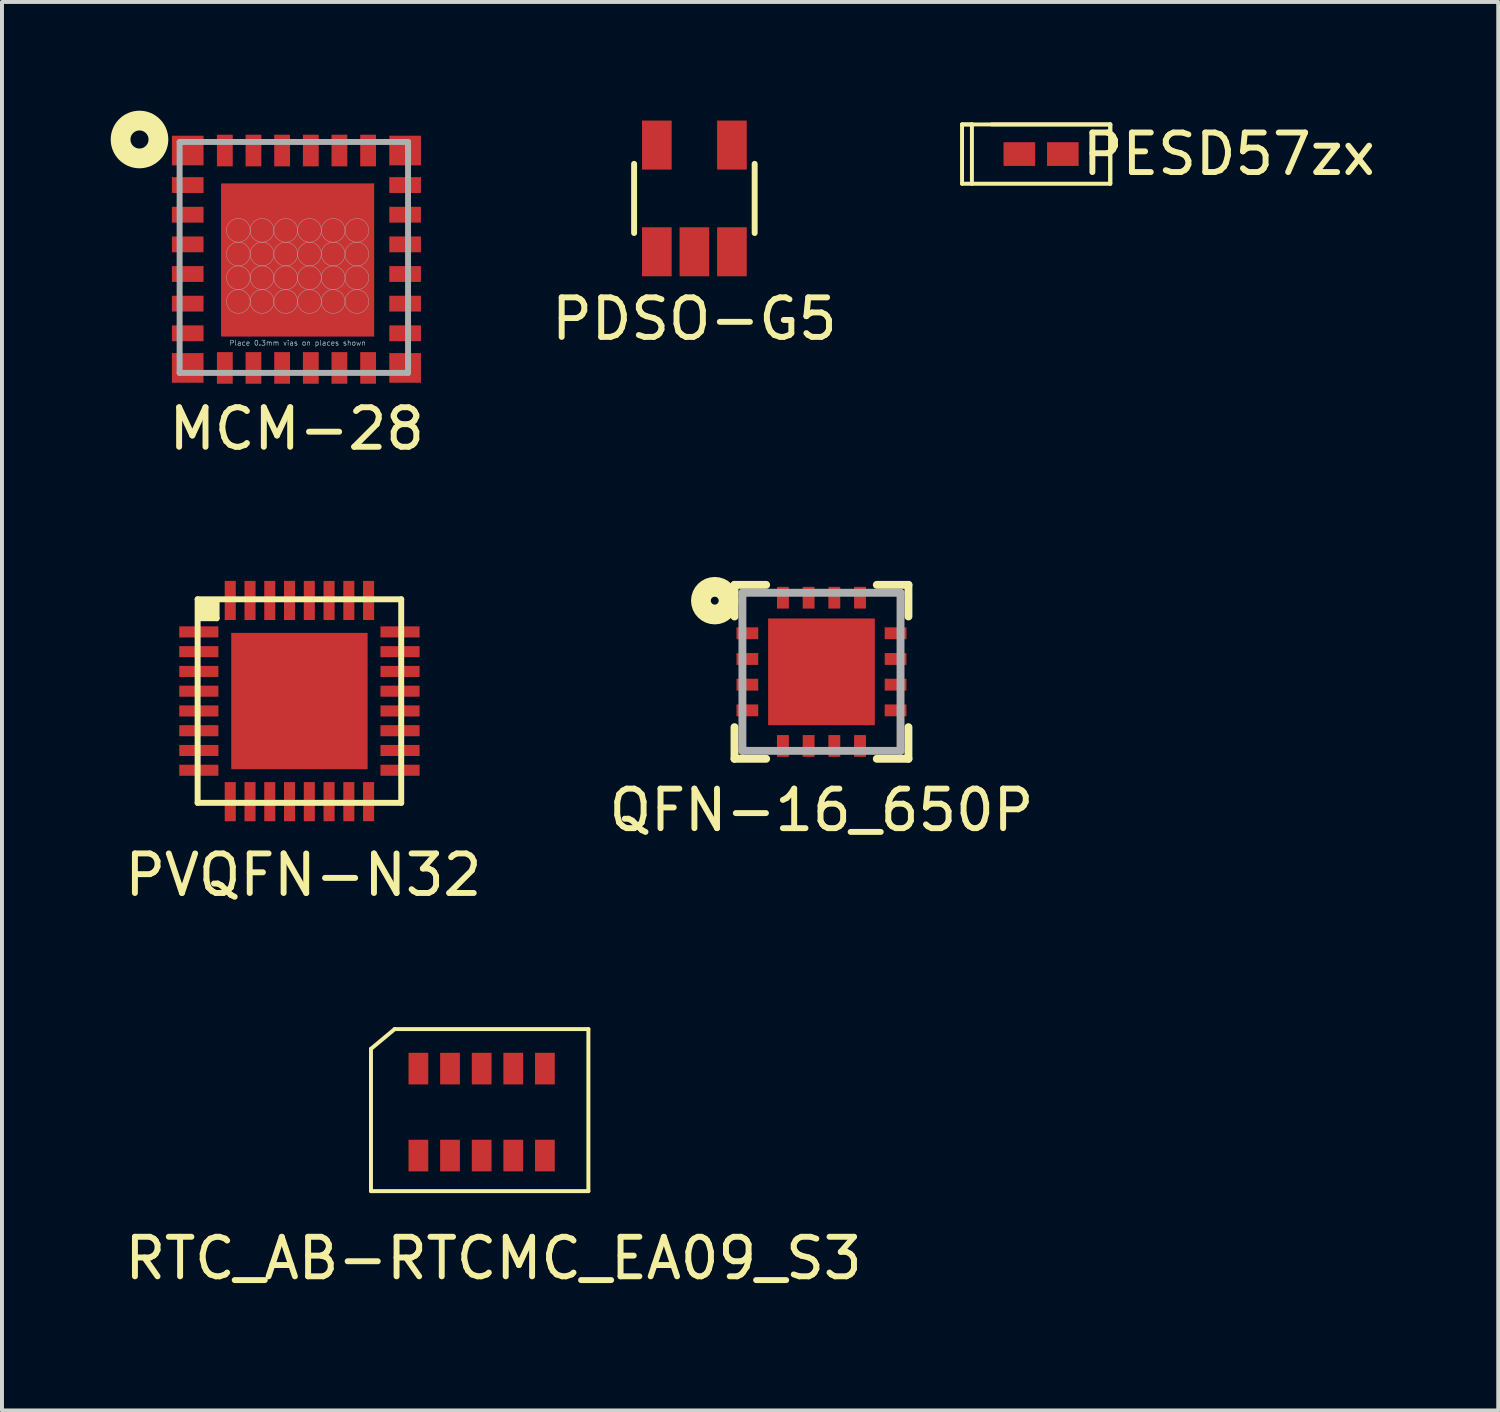
<source format=kicad_pcb>
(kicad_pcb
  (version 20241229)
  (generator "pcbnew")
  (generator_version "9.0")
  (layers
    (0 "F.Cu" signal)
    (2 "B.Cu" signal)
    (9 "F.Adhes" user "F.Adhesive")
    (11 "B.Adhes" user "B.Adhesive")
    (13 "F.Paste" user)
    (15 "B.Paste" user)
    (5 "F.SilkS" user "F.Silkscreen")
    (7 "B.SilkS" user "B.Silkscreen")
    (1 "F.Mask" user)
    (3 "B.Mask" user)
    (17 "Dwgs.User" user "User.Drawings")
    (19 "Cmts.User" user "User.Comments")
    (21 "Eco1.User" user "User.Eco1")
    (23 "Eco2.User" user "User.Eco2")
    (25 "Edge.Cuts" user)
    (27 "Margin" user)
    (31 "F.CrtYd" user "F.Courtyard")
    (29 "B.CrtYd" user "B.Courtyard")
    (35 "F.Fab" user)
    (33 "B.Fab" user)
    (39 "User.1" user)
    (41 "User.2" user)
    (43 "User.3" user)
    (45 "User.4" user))
  (footprint "PESD57zx"
    (layer "F.Cu")
    (at 23.288 0.848)
    (property "Reference" "PESD57zx" (at 4.75 0 0) (layer "F.SilkS") (effects (font (size 1 1) (thickness 0.15))))
    (attr through_hole)
    (fp_line (start -2 -0.75) (end -2 0.75) (stroke (width 0.1) (type solid)) (layer "F.SilkS"))
    (fp_line (start -2 -0.75) (end -1.75 -0.75) (stroke (width 0.1) (type solid)) (layer "F.SilkS"))
    (fp_line (start -2 0.75) (end -1.75 0.75) (stroke (width 0.1) (type solid)) (layer "F.SilkS"))
    (fp_line (start -1.75 -0.75) (end -2 -0.75) (stroke (width 0.1) (type solid)) (layer "F.SilkS"))
    (fp_line (start -1.75 -0.75) (end 1.75 -0.75) (stroke (width 0.1) (type solid)) (layer "F.SilkS"))
    (fp_line (start -1.75 0.75) (end -1.75 -0.75) (stroke (width 0.1) (type solid)) (layer "F.SilkS"))
    (fp_line (start -1.25 -0.75) (end 1.75 -0.75) (stroke (width 0.1) (type solid)) (layer "F.SilkS"))
    (fp_line (start 1.75 -0.75) (end 1.75 0.75) (stroke (width 0.1) (type solid)) (layer "F.SilkS"))
    (fp_line (start 1.75 -0.75) (end 1.75 0.75) (stroke (width 0.1) (type solid)) (layer "F.SilkS"))
    (fp_line (start 1.75 0.75) (end -1.75 0.75) (stroke (width 0.1) (type solid)) (layer "F.SilkS"))
    (pad "1" smd rect (at -0.55 0) (size 0.8 0.6) (layers "F.Cu" "F.Mask" "F.Paste"))
    (pad "2" smd rect (at 0.55 0) (size 0.8 0.6) (layers "F.Cu" "F.Mask" "F.Paste")))
  (footprint "PVQFN-N32"
    (layer "F.Cu")
    (at 4.525 14.686)
    (property "Reference" "PVQFN-N32" (at 0.1 4.4 0) (layer "F.SilkS") (effects (font (size 1 1) (thickness 0.15))))
    (attr through_hole)
    (fp_line (start -2.575 -2.575) (end -2.575 2.575) (stroke (width 0.15) (type solid)) (layer "F.SilkS"))
    (fp_line (start -2.575 -2.575) (end 2.575 -2.575) (stroke (width 0.15) (type solid)) (layer "F.SilkS"))
    (fp_line (start -2.575 2.575) (end 2.575 2.575) (stroke (width 0.15) (type solid)) (layer "F.SilkS"))
    (fp_line (start -2.477 -2.54) (end -2.477 -2.159) (stroke (width 0.15) (type solid)) (layer "F.SilkS"))
    (fp_line (start -2.477 -2.159) (end -2.223 -2.159) (stroke (width 0.15) (type solid)) (layer "F.SilkS"))
    (fp_line (start -2.349 -2.477) (end -2.349 -2.223) (stroke (width 0.15) (type solid)) (layer "F.SilkS"))
    (fp_line (start -2.223 -2.477) (end -2.349 -2.477) (stroke (width 0.15) (type solid)) (layer "F.SilkS"))
    (fp_line (start -2.223 -2.159) (end -2.223 -2.477) (stroke (width 0.15) (type solid)) (layer "F.SilkS"))
    (fp_line (start -2.095 -2.54) (end -2.095 -2.095) (stroke (width 0.15) (type solid)) (layer "F.SilkS"))
    (fp_line (start -2.095 -2.095) (end -2.54 -2.095) (stroke (width 0.15) (type solid)) (layer "F.SilkS"))
    (fp_line (start 2.575 -2.575) (end 2.575 2.575) (stroke (width 0.15) (type solid)) (layer "F.SilkS"))
    (pad "1" smd rect (at -2.545 -1.75) (size 0.99 0.28) (layers "F.Cu" "F.Mask" "F.Paste"))
    (pad "2" smd rect (at -2.545 -1.25) (size 0.99 0.28) (layers "F.Cu" "F.Mask" "F.Paste"))
    (pad "3" smd rect (at -2.545 -0.75) (size 0.99 0.28) (layers "F.Cu" "F.Mask" "F.Paste"))
    (pad "4" smd rect (at -2.545 -0.25) (size 0.99 0.28) (layers "F.Cu" "F.Mask" "F.Paste"))
    (pad "5" smd rect (at -2.545 0.25) (size 0.99 0.28) (layers "F.Cu" "F.Mask" "F.Paste"))
    (pad "6" smd rect (at -2.545 0.75) (size 0.99 0.28) (layers "F.Cu" "F.Mask" "F.Paste"))
    (pad "7" smd rect (at -2.545 1.25) (size 0.99 0.28) (layers "F.Cu" "F.Mask" "F.Paste"))
    (pad "8" smd rect (at -2.545 1.75) (size 0.99 0.28) (layers "F.Cu" "F.Mask" "F.Paste"))
    (pad "9" smd rect (at -1.75 2.545) (size 0.28 0.99) (layers "F.Cu" "F.Mask" "F.Paste"))
    (pad "10" smd rect (at -1.25 2.545) (size 0.28 0.99) (layers "F.Cu" "F.Mask" "F.Paste"))
    (pad "11" smd rect (at -0.75 2.545) (size 0.28 0.99) (layers "F.Cu" "F.Mask" "F.Paste"))
    (pad "12" smd rect (at -0.25 2.545) (size 0.28 0.99) (layers "F.Cu" "F.Mask" "F.Paste"))
    (pad "13" smd rect (at 0.25 2.545) (size 0.28 0.99) (layers "F.Cu" "F.Mask" "F.Paste"))
    (pad "14" smd rect (at 0.75 2.545) (size 0.28 0.99) (layers "F.Cu" "F.Mask" "F.Paste"))
    (pad "15" smd rect (at 1.25 2.545) (size 0.28 0.99) (layers "F.Cu" "F.Mask" "F.Paste"))
    (pad "16" smd rect (at 1.75 2.545) (size 0.28 0.99) (layers "F.Cu" "F.Mask" "F.Paste"))
    (pad "17" smd rect (at 2.545 1.75) (size 0.99 0.28) (layers "F.Cu" "F.Mask" "F.Paste"))
    (pad "18" smd rect (at 2.545 1.25) (size 0.99 0.28) (layers "F.Cu" "F.Mask" "F.Paste"))
    (pad "19" smd rect (at 2.545 0.75) (size 0.99 0.28) (layers "F.Cu" "F.Mask" "F.Paste"))
    (pad "20" smd rect (at 2.545 0.25) (size 0.99 0.28) (layers "F.Cu" "F.Mask" "F.Paste"))
    (pad "21" smd rect (at 2.545 -0.25) (size 0.99 0.28) (layers "F.Cu" "F.Mask" "F.Paste"))
    (pad "22" smd rect (at 2.545 -0.75) (size 0.99 0.28) (layers "F.Cu" "F.Mask" "F.Paste"))
    (pad "23" smd rect (at 2.545 -1.25) (size 0.99 0.28) (layers "F.Cu" "F.Mask" "F.Paste"))
    (pad "24" smd rect (at 2.545 -1.75) (size 0.99 0.28) (layers "F.Cu" "F.Mask" "F.Paste"))
    (pad "25" smd rect (at 1.75 -2.545) (size 0.28 0.99) (layers "F.Cu" "F.Mask" "F.Paste"))
    (pad "26" smd rect (at 1.25 -2.545) (size 0.28 0.99) (layers "F.Cu" "F.Mask" "F.Paste"))
    (pad "27" smd rect (at 0.75 -2.545) (size 0.28 0.99) (layers "F.Cu" "F.Mask" "F.Paste"))
    (pad "28" smd rect (at 0.25 -2.545) (size 0.28 0.99) (layers "F.Cu" "F.Mask" "F.Paste"))
    (pad "29" smd rect (at -0.25 -2.545) (size 0.28 0.99) (layers "F.Cu" "F.Mask" "F.Paste"))
    (pad "30" smd rect (at -0.75 -2.545) (size 0.28 0.99) (layers "F.Cu" "F.Mask" "F.Paste"))
    (pad "31" smd rect (at -1.25 -2.545) (size 0.28 0.99) (layers "F.Cu" "F.Mask" "F.Paste"))
    (pad "32" smd rect (at -1.75 -2.545) (size 0.28 0.99) (layers "F.Cu" "F.Mask" "F.Paste"))
    (pad "33" smd rect (at 0 0) (size 3.45 3.45) (layers "F.Cu"))
    (pad "33-p" smd rect (at -0.875 -0.875) (size 1.524 1.524) (layers "F.Cu" "F.Paste"))
    (pad "33-p" smd rect (at -0.875 0.875) (size 1.524 1.524) (layers "F.Cu" "F.Paste"))
    (pad "33-p" smd rect (at 0.875 -0.875) (size 1.524 1.524) (layers "F.Cu" "F.Paste"))
    (pad "33-p" smd rect (at 0.875 0.875) (size 1.524 1.524) (layers "F.Cu" "F.Paste")))
  (footprint "MCM-28"
    (layer "F.Cu")
    (at 4.479 3.527)
    (property "Reference" "MCM-28" (at -0.021 4.271 180) (layer "F.SilkS") (effects (font (size 1 1) (thickness 0.15))))
    (attr through_hole)
    (fp_circle (center -4 -3.048) (end -3.81 -2.921) (stroke (width 0.5) (type solid)) (fill no) (layer "F.SilkS"))
    (fp_line (start -2.985 -2.985) (end -2.985 2.857) (stroke (width 0.15) (type solid)) (layer "F.Fab"))
    (fp_line (start -2.985 -2.985) (end 2.794 -2.985) (stroke (width 0.15) (type solid)) (layer "F.Fab"))
    (fp_line (start -2.985 2.857) (end 2.794 2.857) (stroke (width 0.15) (type solid)) (layer "F.Fab"))
    (fp_line (start 2.794 -2.985) (end 2.794 -2.794) (stroke (width 0.15) (type solid)) (layer "F.Fab"))
    (fp_line (start 2.794 2.857) (end 2.794 -2.857) (stroke (width 0.15) (type solid)) (layer "F.Fab"))
    (fp_circle (center -1.5 -0.75) (end -1.5 -0.45) (stroke (width 0.01) (type solid)) (fill no) (layer "F.Fab"))
    (fp_circle (center -1.5 -0.15) (end -1.5 0.15) (stroke (width 0.01) (type solid)) (fill no) (layer "F.Fab"))
    (fp_circle (center -1.5 0.45) (end -1.5 0.75) (stroke (width 0.01) (type solid)) (fill no) (layer "F.Fab"))
    (fp_circle (center -1.5 1.05) (end -1.5 1.35) (stroke (width 0.01) (type solid)) (fill no) (layer "F.Fab"))
    (fp_circle (center -0.9 -0.75) (end -0.9 -0.45) (stroke (width 0.01) (type solid)) (fill no) (layer "F.Fab"))
    (fp_circle (center -0.9 -0.15) (end -0.9 0.15) (stroke (width 0.01) (type solid)) (fill no) (layer "F.Fab"))
    (fp_circle (center -0.9 0.45) (end -0.9 0.75) (stroke (width 0.01) (type solid)) (fill no) (layer "F.Fab"))
    (fp_circle (center -0.9 1.05) (end -0.9 1.35) (stroke (width 0.01) (type solid)) (fill no) (layer "F.Fab"))
    (fp_circle (center -0.3 -0.75) (end -0.3 -0.45) (stroke (width 0.01) (type solid)) (fill no) (layer "F.Fab"))
    (fp_circle (center -0.3 -0.15) (end -0.3 0.15) (stroke (width 0.01) (type solid)) (fill no) (layer "F.Fab"))
    (fp_circle (center -0.3 0.45) (end -0.3 0.75) (stroke (width 0.01) (type solid)) (fill no) (layer "F.Fab"))
    (fp_circle (center -0.3 1.05) (end -0.3 1.35) (stroke (width 0.01) (type solid)) (fill no) (layer "F.Fab"))
    (fp_circle (center 0.3 -0.75) (end 0.3 -0.45) (stroke (width 0.01) (type solid)) (fill no) (layer "F.Fab"))
    (fp_circle (center 0.3 -0.15) (end 0.3 0.15) (stroke (width 0.01) (type solid)) (fill no) (layer "F.Fab"))
    (fp_circle (center 0.3 0.45) (end 0.3 0.75) (stroke (width 0.01) (type solid)) (fill no) (layer "F.Fab"))
    (fp_circle (center 0.3 1.05) (end 0.3 1.35) (stroke (width 0.01) (type solid)) (fill no) (layer "F.Fab"))
    (fp_circle (center 0.9 -0.75) (end 0.9 -0.45) (stroke (width 0.01) (type solid)) (fill no) (layer "F.Fab"))
    (fp_circle (center 0.9 -0.15) (end 0.9 0.15) (stroke (width 0.01) (type solid)) (fill no) (layer "F.Fab"))
    (fp_circle (center 0.9 0.45) (end 0.9 0.75) (stroke (width 0.01) (type solid)) (fill no) (layer "F.Fab"))
    (fp_circle (center 0.9 1.05) (end 0.9 1.35) (stroke (width 0.01) (type solid)) (fill no) (layer "F.Fab"))
    (fp_circle (center 1.5 -0.75) (end 1.5 -0.45) (stroke (width 0.01) (type solid)) (fill no) (layer "F.Fab"))
    (fp_circle (center 1.5 -0.15) (end 1.5 0.15) (stroke (width 0.01) (type solid)) (fill no) (layer "F.Fab"))
    (fp_circle (center 1.5 0.45) (end 1.5 0.75) (stroke (width 0.01) (type solid)) (fill no) (layer "F.Fab"))
    (fp_circle (center 1.5 1.05) (end 1.5 1.35) (stroke (width 0.01) (type solid)) (fill no) (layer "F.Fab"))
    (fp_text user "Place 0.3mm vias on places shown" (at 0 2.1 0) (layer "F.Fab") (effects (font (size 0.127 0.127) (thickness 0.015))))
    (pad "" smd rect (at -1.501 -1.501) (size 0.86 0.86) (layers "F.Paste"))
    (pad "" smd rect (at -1.501 -0.5) (size 0.86 0.86) (layers "F.Paste"))
    (pad "" smd rect (at -1.501 0.5) (size 0.86 0.86) (layers "F.Paste"))
    (pad "" smd rect (at -1.501 1.501) (size 0.86 0.86) (layers "F.Paste"))
    (pad "" smd rect (at -0.5 -1.501) (size 0.86 0.86) (layers "F.Paste"))
    (pad "" smd rect (at -0.5 -0.5) (size 0.86 0.86) (layers "F.Paste"))
    (pad "" smd rect (at -0.5 0.5) (size 0.86 0.86) (layers "F.Paste"))
    (pad "" smd rect (at -0.5 1.501) (size 0.86 0.86) (layers "F.Paste"))
    (pad "" smd rect (at 0.5 -1.501) (size 0.86 0.86) (layers "F.Paste"))
    (pad "" smd rect (at 0.5 1.501) (size 0.86 0.86) (layers "F.Paste"))
    (pad "" smd rect (at 0.5 -0.5) (size 0.86 0.86) (layers "F.Paste"))
    (pad "" smd rect (at 0.5 0.5) (size 0.86 0.86) (layers "F.Paste"))
    (pad "" smd rect (at 1.5 -1.501) (size 0.86 0.86) (layers "F.Paste"))
    (pad "" smd rect (at 1.5 1.501) (size 0.86 0.86) (layers "F.Paste"))
    (pad "" smd rect (at 1.501 -0.5) (size 0.86 0.86) (layers "F.Paste"))
    (pad "" smd rect (at 1.501 0.5) (size 0.86 0.86) (layers "F.Paste"))
    (pad "1" smd rect (at -2.78 -2.769) (size 0.8 0.75) (layers "F.Cu" "F.Mask" "F.Paste"))
    (pad "2" smd rect (at -2.78 -1.895 90) (size 0.4 0.8) (layers "F.Cu" "F.Mask" "F.Paste"))
    (pad "3" smd rect (at -2.78 -1.145 90) (size 0.4 0.8) (layers "F.Cu" "F.Mask" "F.Paste"))
    (pad "4" smd rect (at -2.78 -0.395 90) (size 0.4 0.8) (layers "F.Cu" "F.Mask" "F.Paste"))
    (pad "5" smd rect (at -2.78 0.355 90) (size 0.4 0.8) (layers "F.Cu" "F.Mask" "F.Paste"))
    (pad "6" smd rect (at -2.78 1.105 90) (size 0.4 0.8) (layers "F.Cu" "F.Mask" "F.Paste"))
    (pad "7" smd rect (at -2.78 1.855 90) (size 0.4 0.8) (layers "F.Cu" "F.Mask" "F.Paste"))
    (pad "8" smd rect (at -2.78 2.731) (size 0.8 0.75) (layers "F.Cu" "F.Mask" "F.Paste"))
    (pad "9" smd rect (at -1.841 2.731) (size 0.4 0.8) (layers "F.Cu" "F.Mask" "F.Paste"))
    (pad "10" smd rect (at -1.117 2.731) (size 0.4 0.8) (layers "F.Cu" "F.Mask" "F.Paste"))
    (pad "11" smd rect (at -0.392 2.731) (size 0.4 0.8) (layers "F.Cu" "F.Mask" "F.Paste"))
    (pad "12" smd rect (at 0.334 2.731) (size 0.4 0.8) (layers "F.Cu" "F.Mask" "F.Paste"))
    (pad "13" smd rect (at 1.058 2.731) (size 0.4 0.8) (layers "F.Cu" "F.Mask" "F.Paste"))
    (pad "14" smd rect (at 1.784 2.731) (size 0.4 0.8) (layers "F.Cu" "F.Mask" "F.Paste"))
    (pad "15" smd rect (at 2.72 2.731) (size 0.8 0.75) (layers "F.Cu" "F.Mask" "F.Paste"))
    (pad "16" smd rect (at 2.72 1.855 90) (size 0.4 0.8) (layers "F.Cu" "F.Mask" "F.Paste"))
    (pad "17" smd rect (at 2.72 1.105 90) (size 0.4 0.8) (layers "F.Cu" "F.Mask" "F.Paste"))
    (pad "18" smd rect (at 2.72 0.355 90) (size 0.4 0.8) (layers "F.Cu" "F.Mask" "F.Paste"))
    (pad "19" smd rect (at 2.72 -0.395 90) (size 0.4 0.8) (layers "F.Cu" "F.Mask" "F.Paste"))
    (pad "20" smd rect (at 2.72 -1.145 90) (size 0.4 0.8) (layers "F.Cu" "F.Mask" "F.Paste"))
    (pad "21" smd rect (at 2.72 -1.895 90) (size 0.4 0.8) (layers "F.Cu" "F.Mask" "F.Paste"))
    (pad "22" smd rect (at 2.72 -2.769) (size 0.8 0.75) (layers "F.Cu" "F.Mask" "F.Paste"))
    (pad "23" smd rect (at 1.784 -2.769) (size 0.4 0.8) (layers "F.Cu" "F.Mask" "F.Paste"))
    (pad "24" smd rect (at 1.058 -2.769) (size 0.4 0.8) (layers "F.Cu" "F.Mask" "F.Paste"))
    (pad "25" smd rect (at 0.334 -2.769) (size 0.4 0.8) (layers "F.Cu" "F.Mask" "F.Paste"))
    (pad "26" smd rect (at -0.392 -2.769) (size 0.4 0.8) (layers "F.Cu" "F.Mask" "F.Paste"))
    (pad "27" smd rect (at -1.117 -2.769) (size 0.4 0.8) (layers "F.Cu" "F.Mask" "F.Paste"))
    (pad "28" smd rect (at -1.841 -2.769) (size 0.4 0.8) (layers "F.Cu" "F.Mask" "F.Paste"))
    (pad "29" smd rect (at 0 0) (size 3.875 3.875) (layers "F.Cu" "F.Mask")))
  (footprint "PDSO-G5"
    (layer "F.Cu")
    (at 14.517 1.97)
    (property "Reference" "PDSO-G5" (at 0 3.048 0) (layer "F.SilkS") (effects (font (size 1 1) (thickness 0.15))))
    (attr through_hole)
    (fp_line (start -1.525 -0.875) (end -1.525 0.875) (stroke (width 0.15) (type solid)) (layer "F.SilkS"))
    (fp_line (start 1.525 -0.875) (end 1.525 0.875) (stroke (width 0.15) (type solid)) (layer "F.SilkS"))
    (pad "1" smd rect (at -0.95 1.35) (size 0.75 1.24) (layers "F.Cu" "F.Mask" "F.Paste"))
    (pad "2" smd rect (at 0 1.35) (size 0.75 1.24) (layers "F.Cu" "F.Mask" "F.Paste"))
    (pad "3" smd rect (at 0.95 1.35) (size 0.75 1.24) (layers "F.Cu" "F.Mask" "F.Paste"))
    (pad "4" smd rect (at 0.95 -1.35) (size 0.75 1.24) (layers "F.Cu" "F.Mask" "F.Paste"))
    (pad "5" smd rect (at -0.95 -1.35) (size 0.75 1.24) (layers "F.Cu" "F.Mask" "F.Paste")))
  (footprint "QFN-16_650P"
    (layer "F.Cu")
    (at 17.732 13.946)
    (property "Reference" "QFN-16_650P" (at 0 3.5 0) (layer "F.SilkS") (effects (font (size 1 1) (thickness 0.15))))
    (attr through_hole)
    (fp_line (start -2.2 -2.2) (end -2.2 -1.4) (stroke (width 0.2) (type solid)) (layer "F.SilkS"))
    (fp_line (start -2.2 2.2) (end -2.2 1.4) (stroke (width 0.2) (type solid)) (layer "F.SilkS"))
    (fp_line (start -1.4 -2.2) (end -2.2 -2.2) (stroke (width 0.2) (type solid)) (layer "F.SilkS"))
    (fp_line (start -1.4 2.2) (end -2.2 2.2) (stroke (width 0.2) (type solid)) (layer "F.SilkS"))
    (fp_line (start 1.4 -2.2) (end 2.2 -2.2) (stroke (width 0.2) (type solid)) (layer "F.SilkS"))
    (fp_line (start 1.4 2.2) (end 2.2 2.2) (stroke (width 0.2) (type solid)) (layer "F.SilkS"))
    (fp_line (start 2.2 -2.2) (end 2.2 -1.4) (stroke (width 0.2) (type solid)) (layer "F.SilkS"))
    (fp_line (start 2.2 2.2) (end 2.2 1.4) (stroke (width 0.2) (type solid)) (layer "F.SilkS"))
    (fp_circle (center -2.7 -1.8) (end -2.8 -1.8) (stroke (width 0.5) (type solid)) (fill no) (layer "F.SilkS"))
    (fp_line (start -2 -2) (end 2 -2) (stroke (width 0.2) (type solid)) (layer "F.Fab"))
    (fp_line (start -2 2) (end -2 -2) (stroke (width 0.2) (type solid)) (layer "F.Fab"))
    (fp_line (start 2 -2) (end 2 2) (stroke (width 0.2) (type solid)) (layer "F.Fab"))
    (fp_line (start 2 2) (end -2 2) (stroke (width 0.2) (type solid)) (layer "F.Fab"))
    (pad "" smd rect (at -0.65 -0.65) (size 1.1 1.1) (layers "F.Paste"))
    (pad "" smd rect (at -0.65 0.65) (size 1.1 1.1) (layers "F.Paste"))
    (pad "" smd rect (at 0.65 -0.65) (size 1.1 1.1) (layers "F.Paste"))
    (pad "" smd rect (at 0.65 0.65) (size 1.1 1.1) (layers "F.Paste"))
    (pad "1" smd rect (at -1.875 -0.975) (size 0.55 0.3) (layers "F.Cu" "F.Mask" "F.Paste"))
    (pad "2" smd rect (at -1.875 -0.325) (size 0.55 0.3) (layers "F.Cu" "F.Mask" "F.Paste"))
    (pad "3" smd rect (at -1.875 0.325) (size 0.55 0.3) (layers "F.Cu" "F.Mask" "F.Paste"))
    (pad "4" smd rect (at -1.875 0.975) (size 0.55 0.3) (layers "F.Cu" "F.Mask" "F.Paste"))
    (pad "5" smd rect (at -0.975 1.875 90) (size 0.55 0.3) (layers "F.Cu" "F.Mask" "F.Paste"))
    (pad "6" smd rect (at -0.325 1.875 90) (size 0.55 0.3) (layers "F.Cu" "F.Mask" "F.Paste"))
    (pad "7" smd rect (at 0.325 1.875 90) (size 0.55 0.3) (layers "F.Cu" "F.Mask" "F.Paste"))
    (pad "8" smd rect (at 0.975 1.875 90) (size 0.55 0.3) (layers "F.Cu" "F.Mask" "F.Paste"))
    (pad "9" smd rect (at 1.875 0.975) (size 0.55 0.3) (layers "F.Cu" "F.Mask" "F.Paste"))
    (pad "10" smd rect (at 1.875 0.325) (size 0.55 0.3) (layers "F.Cu" "F.Mask" "F.Paste"))
    (pad "11" smd rect (at 1.875 -0.325) (size 0.55 0.3) (layers "F.Cu" "F.Mask" "F.Paste"))
    (pad "12" smd rect (at 1.875 -0.975) (size 0.55 0.3) (layers "F.Cu" "F.Mask" "F.Paste"))
    (pad "13" smd rect (at 0.975 -1.875 90) (size 0.55 0.3) (layers "F.Cu" "F.Mask" "F.Paste"))
    (pad "14" smd rect (at 0.325 -1.875 90) (size 0.55 0.3) (layers "F.Cu" "F.Mask" "F.Paste"))
    (pad "15" smd rect (at -0.325 -1.875 90) (size 0.55 0.3) (layers "F.Cu" "F.Mask" "F.Paste"))
    (pad "16" smd rect (at -0.975 -1.875 90) (size 0.55 0.3) (layers "F.Cu" "F.Mask" "F.Paste"))
    (pad "17" smd rect (at 0 0 90) (size 2.7 2.7) (layers "F.Cu" "F.Mask")))
  (footprint "RTC_AB-RTCMC_EA09_S3"
    (layer "F.Cu")
    (at 9.135 25.084)
    (property "Reference" "RTC_AB-RTCMC_EA09_S3" (at 0.3 3.7 0) (layer "F.SilkS") (effects (font (size 1 1) (thickness 0.15))))
    (attr through_hole)
    (fp_line (start -2.8 -1.6) (end -2.2 -2.1) (stroke (width 0.1) (type solid)) (layer "F.SilkS"))
    (fp_line (start -2.8 2) (end -2.8 -1.6) (stroke (width 0.1) (type solid)) (layer "F.SilkS"))
    (fp_line (start -2.8 2) (end 2.7 2) (stroke (width 0.1) (type solid)) (layer "F.SilkS"))
    (fp_line (start 2.7 -2.1) (end -2.2 -2.1) (stroke (width 0.1) (type solid)) (layer "F.SilkS"))
    (fp_line (start 2.7 -2.1) (end 2.7 2) (stroke (width 0.1) (type solid)) (layer "F.SilkS"))
    (pad "1" smd rect (at -1.6 -1.1) (size 0.5 0.8) (layers "F.Cu" "F.Mask" "F.Paste"))
    (pad "2" smd rect (at -0.8 -1.1) (size 0.5 0.8) (layers "F.Cu" "F.Mask" "F.Paste"))
    (pad "3" smd rect (at 0 -1.1) (size 0.5 0.8) (layers "F.Cu" "F.Mask" "F.Paste"))
    (pad "4" smd rect (at 0.8 -1.1) (size 0.5 0.8) (layers "F.Cu" "F.Mask" "F.Paste"))
    (pad "5" smd rect (at 1.6 -1.1) (size 0.5 0.8) (layers "F.Cu" "F.Mask" "F.Paste"))
    (pad "6" smd rect (at 1.6 1.1) (size 0.5 0.8) (layers "F.Cu" "F.Mask" "F.Paste"))
    (pad "7" smd rect (at 0.8 1.1) (size 0.5 0.8) (layers "F.Cu" "F.Mask" "F.Paste"))
    (pad "8" smd rect (at 0 1.1) (size 0.5 0.8) (layers "F.Cu" "F.Mask" "F.Paste"))
    (pad "9" smd rect (at -0.8 1.1) (size 0.5 0.8) (layers "F.Cu" "F.Mask" "F.Paste"))
    (pad "10" smd rect (at -1.6 1.1) (size 0.5 0.8) (layers "F.Cu" "F.Mask" "F.Paste")))
  (gr_rect
    (start -3 -3)
    (end 34.853 32.632)
    (stroke (width 0.1) (type default))
    (fill no)
    (layer "Edge.Cuts")))
</source>
